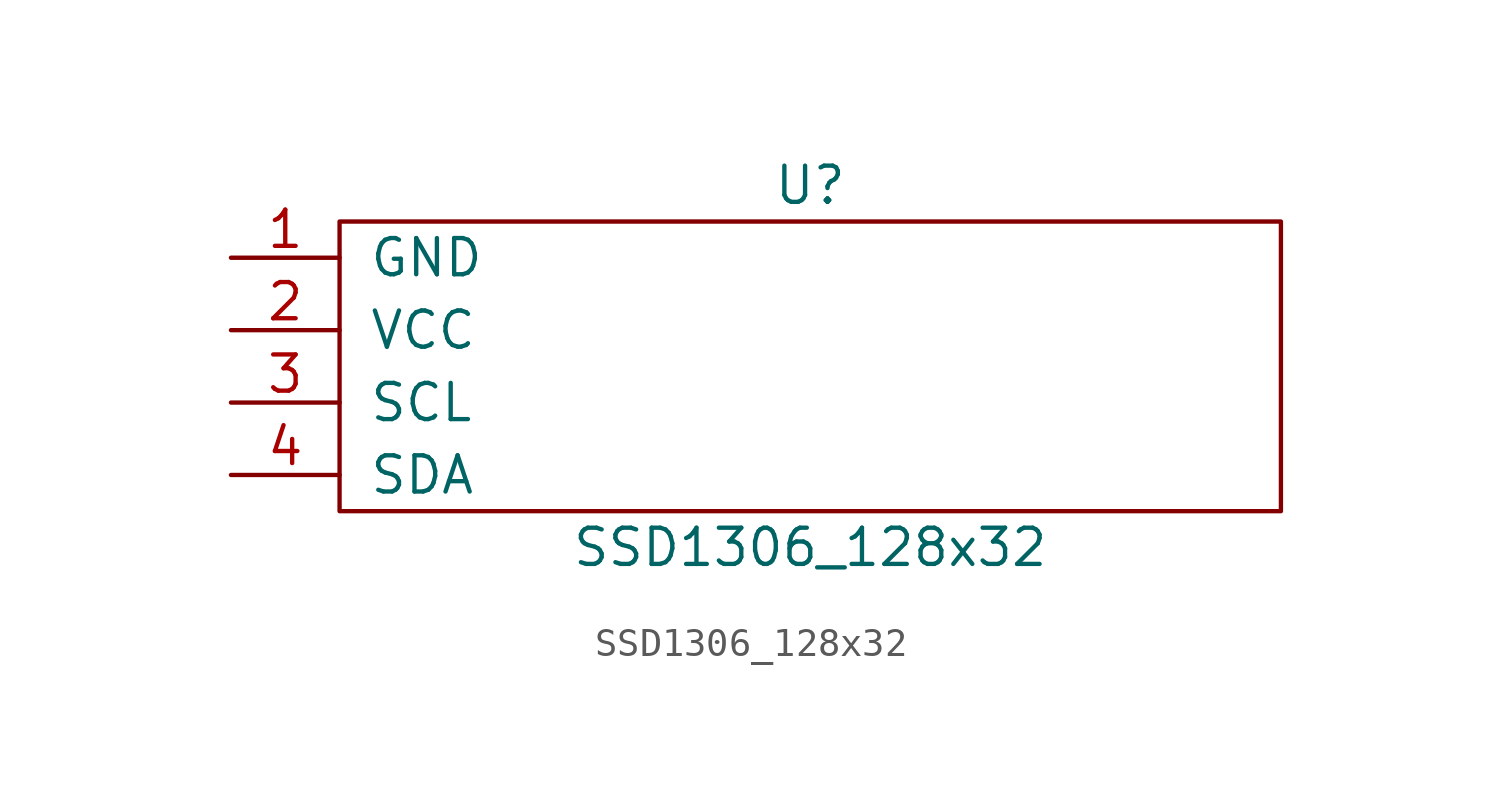
<source format=kicad_sym>
(kicad_symbol_lib
  (version 20211014)
  (generator kicad_symbol_editor)
  (symbol "SSD1306_128x32"
    (pin_names
      (offset 1.016))
    (property "Reference" "U"
      (at 0 6.35 0)
      (effects (font (size 1.27 1.27))))
    (property "Value" "SSD1306_128x32"
      (at 0 -6.35 0)
      (effects (font (size 1.27 1.27))))
    (symbol "SSD1306_128x32_0_1"
      (rectangle (start -16.51 5.08) (end 16.51 -5.08) (stroke (width 0) (type default) (color 0 0 0 0)) (fill (type none))))
    (symbol "SSD1306_128x32_1_1"
      (pin power_in line (at -20.32 3.81 0) (length 3.81) (name "GND" (effects (font (size 1.27 1.27)))) (number "1" (effects (font (size 1.27 1.27)))))
      (pin power_in line (at -20.32 1.27 0) (length 3.81) (name "VCC" (effects (font (size 1.27 1.27)))) (number "2" (effects (font (size 1.27 1.27)))))
      (pin bidirectional line (at -20.32 -1.27 0) (length 3.81) (name "SCL" (effects (font (size 1.27 1.27)))) (number "3" (effects (font (size 1.27 1.27)))))
      (pin bidirectional line (at -20.32 -3.81 0) (length 3.81) (name "SDA" (effects (font (size 1.27 1.27)))) (number "4" (effects (font (size 1.27 1.27))))))))
</source>
